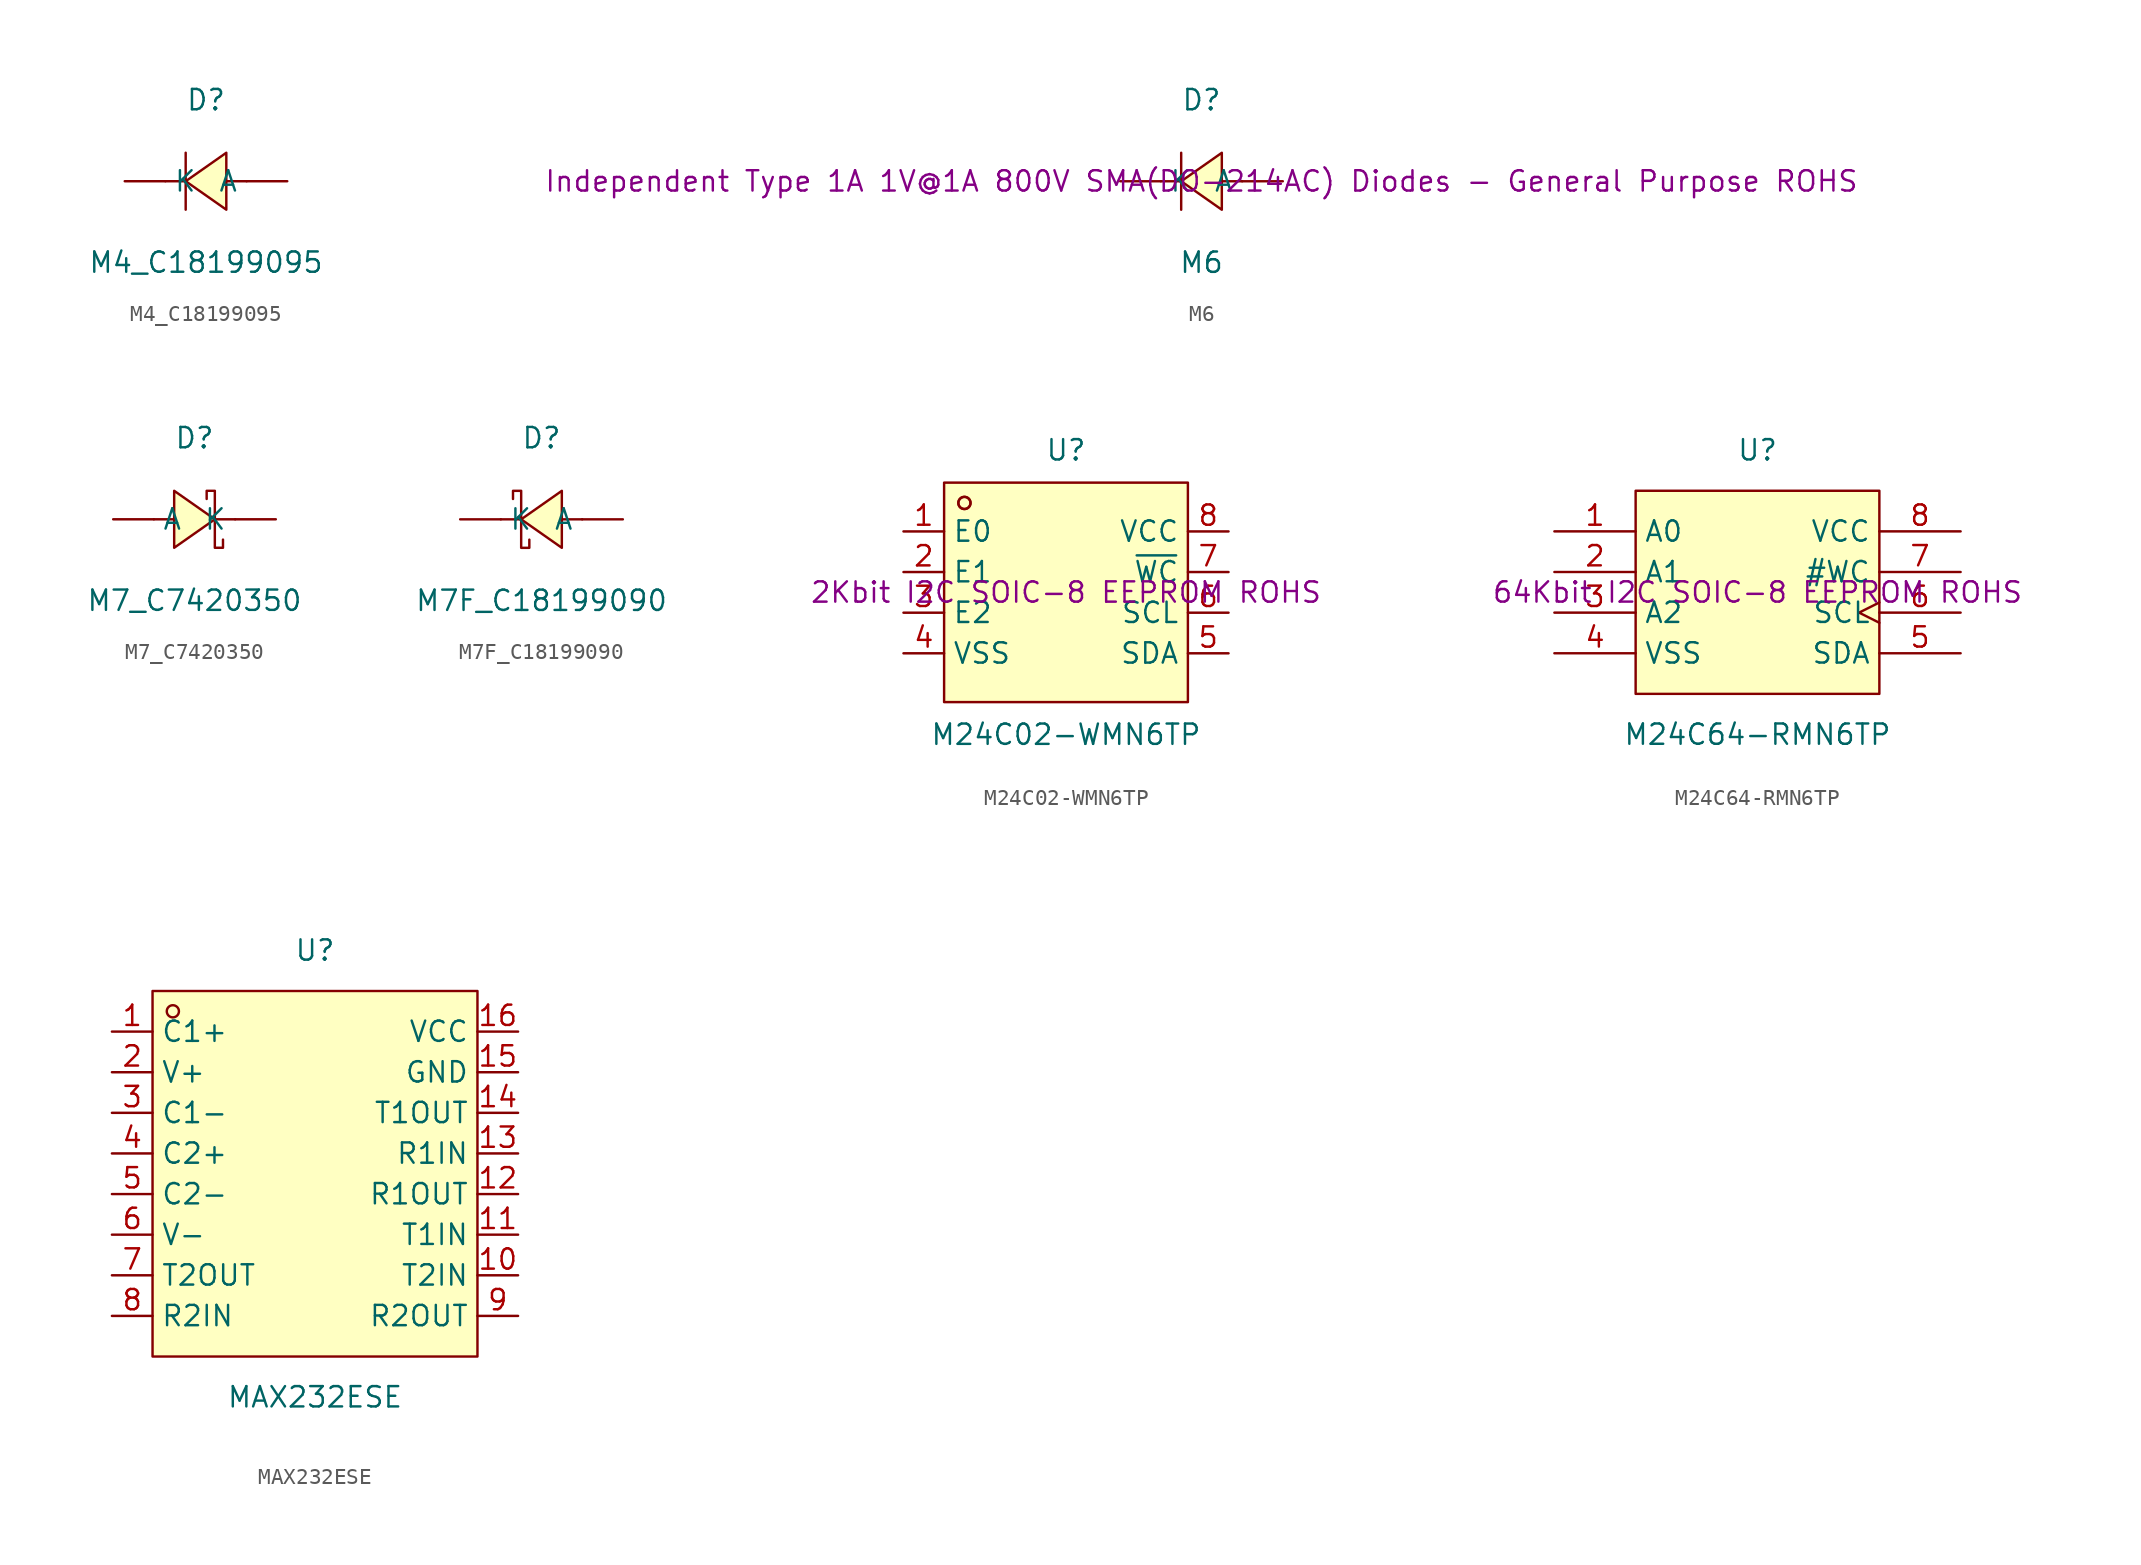
<source format=kicad_sym>
(kicad_symbol_lib
  (version 20241209)
  (generator "kicad_symbol_editor")
  (generator_version "9.0")
  (symbol "M4_C18199095"
    (pin_numbers
      (hide yes))
    (property "Reference" "D"
      (at 0 5.08 0)
      (effects (font (size 1.27 1.27))))
    (property "Value" "M4_C18199095"
      (at 0 -5.08 0)
      (effects (font (size 1.27 1.27))))
    (symbol "M4_C18199095_0_1"
      (polyline (pts (xy -1.27 1.78) (xy -1.27 -1.78)) (stroke (width 0) (type default)) (fill (type none)))
      (polyline (pts (xy -1.27 0) (xy -2.54 0)) (stroke (width 0) (type default)) (fill (type none)))
      (polyline (pts (xy 1.27 1.78) (xy -1.27 0) (xy 1.27 -1.78) (xy 1.27 1.78)) (stroke (width 0) (type default)) (fill (type background)))
      (polyline (pts (xy 2.54 0) (xy 1.27 0)) (stroke (width 0) (type default)) (fill (type none)))
      (pin unspecified line (at -5.08 0 0) (length 2.54) (name "K" (effects (font (size 1.27 1.27)))) (number "1" (effects (font (size 1.27 1.27)))))
      (pin unspecified line (at 5.08 0 180) (length 2.54) (name "A" (effects (font (size 1.27 1.27)))) (number "2" (effects (font (size 1.27 1.27)))))))
  (symbol "M6"
    (pin_numbers
      (hide yes))
    (property "Reference" "D"
      (at 0 5.08 0)
      (effects (font (size 1.27 1.27))))
    (property "Value" "M6"
      (at 0 -5.08 0)
      (effects (font (size 1.27 1.27))))
    (property "Description" "Independent Type 1A 1V@1A 800V SMA(DO-214AC) Diodes - General Purpose ROHS"
      (at 0 0 0)
      (effects (font (size 1.27 1.27))))
    (symbol "M6_0_1"
      (polyline (pts (xy -1.27 1.78) (xy -1.27 -1.78)) (stroke (width 0) (type default)) (fill (type none)))
      (polyline (pts (xy -1.27 0) (xy -2.54 0)) (stroke (width 0) (type default)) (fill (type none)))
      (polyline (pts (xy 1.27 1.78) (xy -1.27 0) (xy 1.27 -1.78) (xy 1.27 1.78)) (stroke (width 0) (type default)) (fill (type background)))
      (polyline (pts (xy 2.54 0) (xy 1.27 0)) (stroke (width 0) (type default)) (fill (type none)))
      (pin unspecified line (at -5.08 0 0) (length 2.54) (name "K" (effects (font (size 1.27 1.27)))) (number "1" (effects (font (size 1.27 1.27)))))
      (pin unspecified line (at 5.08 0 180) (length 2.54) (name "A" (effects (font (size 1.27 1.27)))) (number "2" (effects (font (size 1.27 1.27)))))))
  (symbol "M7_C7420350"
    (pin_numbers
      (hide yes))
    (property "Reference" "D"
      (at 0 5.08 0)
      (effects (font (size 1.27 1.27))))
    (property "Value" "M7_C7420350"
      (at 0 -5.08 0)
      (effects (font (size 1.27 1.27))))
    (symbol "M7_C7420350_0_1"
      (polyline (pts (xy -2.54 0) (xy -1.27 0)) (stroke (width 0) (type default)) (fill (type none)))
      (polyline (pts (xy -1.27 -1.78) (xy 1.27 0) (xy -1.27 1.78) (xy -1.27 -1.78)) (stroke (width 0) (type default)) (fill (type background)))
      (polyline (pts (xy 1.27 0) (xy 2.54 0)) (stroke (width 0) (type default)) (fill (type none)))
      (polyline (pts (xy 1.78 -1.27) (xy 1.78 -1.78) (xy 1.27 -1.78) (xy 1.27 1.78) (xy 0.76 1.78) (xy 0.76 1.27)) (stroke (width 0) (type default)) (fill (type none)))
      (pin unspecified line (at -5.08 0 0) (length 2.54) (name "A" (effects (font (size 1.27 1.27)))) (number "1" (effects (font (size 1.27 1.27)))))
      (pin unspecified line (at 5.08 0 180) (length 2.54) (name "K" (effects (font (size 1.27 1.27)))) (number "2" (effects (font (size 1.27 1.27)))))))
  (symbol "M7F_C18199090"
    (pin_numbers
      (hide yes))
    (property "Reference" "D"
      (at 0 5.08 0)
      (effects (font (size 1.27 1.27))))
    (property "Value" "M7F_C18199090"
      (at 0 -5.08 0)
      (effects (font (size 1.27 1.27))))
    (symbol "M7F_C18199090_0_1"
      (polyline (pts (xy -1.78 1.27) (xy -1.78 1.78) (xy -1.27 1.78) (xy -1.27 -1.78) (xy -0.76 -1.78) (xy -0.76 -1.27)) (stroke (width 0) (type default)) (fill (type none)))
      (polyline (pts (xy -1.27 0) (xy -2.54 0)) (stroke (width 0) (type default)) (fill (type none)))
      (polyline (pts (xy 1.27 1.78) (xy -1.27 0) (xy 1.27 -1.78) (xy 1.27 1.78)) (stroke (width 0) (type default)) (fill (type background)))
      (polyline (pts (xy 2.54 0) (xy 1.27 0)) (stroke (width 0) (type default)) (fill (type none)))
      (pin unspecified line (at -5.08 0 0) (length 2.54) (name "K" (effects (font (size 1.27 1.27)))) (number "1" (effects (font (size 1.27 1.27)))))
      (pin unspecified line (at 5.08 0 180) (length 2.54) (name "A" (effects (font (size 1.27 1.27)))) (number "2" (effects (font (size 1.27 1.27)))))))
  (symbol "M24C02-WMN6TP"
    (property "Reference" "U"
      (at 0 8.89 0)
      (effects (font (size 1.27 1.27))))
    (property "Value" "M24C02-WMN6TP"
      (at 0 -8.89 0)
      (effects (font (size 1.27 1.27))))
    (property "Description" "2Kbit I2C SOIC-8 EEPROM ROHS"
      (at 0 0 0)
      (effects (font (size 1.27 1.27))))
    (symbol "M24C02-WMN6TP_0_1"
      (rectangle (start -7.62 6.86) (end 7.62 -6.86) (stroke (width 0) (type default)) (fill (type background)))
      (circle (center -6.35 5.59) (radius 0.38) (stroke (width 0) (type default)) (fill (type none)))
      (circle (center -6.35 5.59) (radius 0.38) (stroke (width 0) (type default)) (fill (type none)))
      (pin unspecified line (at -10.16 3.81 0) (length 2.54) (name "E0" (effects (font (size 1.27 1.27)))) (number "1" (effects (font (size 1.27 1.27)))))
      (pin unspecified line (at -10.16 1.27 0) (length 2.54) (name "E1" (effects (font (size 1.27 1.27)))) (number "2" (effects (font (size 1.27 1.27)))))
      (pin unspecified line (at -10.16 -1.27 0) (length 2.54) (name "E2" (effects (font (size 1.27 1.27)))) (number "3" (effects (font (size 1.27 1.27)))))
      (pin unspecified line (at -10.16 -3.81 0) (length 2.54) (name "VSS" (effects (font (size 1.27 1.27)))) (number "4" (effects (font (size 1.27 1.27)))))
      (pin unspecified line (at 10.16 3.81 180) (length 2.54) (name "VCC" (effects (font (size 1.27 1.27)))) (number "8" (effects (font (size 1.27 1.27)))))
      (pin unspecified line (at 10.16 1.27 180) (length 2.54) (name "~{WC}" (effects (font (size 1.27 1.27)))) (number "7" (effects (font (size 1.27 1.27)))))
      (pin unspecified line (at 10.16 -1.27 180) (length 2.54) (name "SCL" (effects (font (size 1.27 1.27)))) (number "6" (effects (font (size 1.27 1.27)))))
      (pin unspecified line (at 10.16 -3.81 180) (length 2.54) (name "SDA" (effects (font (size 1.27 1.27)))) (number "5" (effects (font (size 1.27 1.27)))))))
  (symbol "M24C64-RMN6TP"
    (property "Reference" "U"
      (at 0 8.89 0)
      (effects (font (size 1.27 1.27))))
    (property "Value" "M24C64-RMN6TP"
      (at 0 -8.89 0)
      (effects (font (size 1.27 1.27))))
    (property "Description" "64Kbit I2C SOIC-8 EEPROM ROHS"
      (at 0 0 0)
      (effects (font (size 1.27 1.27))))
    (symbol "M24C64-RMN6TP_0_1"
      (rectangle (start -7.62 6.35) (end 7.62 -6.35) (stroke (width 0) (type default)) (fill (type background)))
      (pin unspecified line (at -12.7 3.81 0) (length 5.08) (name "A0" (effects (font (size 1.27 1.27)))) (number "1" (effects (font (size 1.27 1.27)))))
      (pin unspecified line (at -12.7 1.27 0) (length 5.08) (name "A1" (effects (font (size 1.27 1.27)))) (number "2" (effects (font (size 1.27 1.27)))))
      (pin unspecified line (at -12.7 -1.27 0) (length 5.08) (name "A2" (effects (font (size 1.27 1.27)))) (number "3" (effects (font (size 1.27 1.27)))))
      (pin power_in line (at -12.7 -3.81 0) (length 5.08) (name "VSS" (effects (font (size 1.27 1.27)))) (number "4" (effects (font (size 1.27 1.27)))))
      (pin power_in line (at 12.7 3.81 180) (length 5.08) (name "VCC" (effects (font (size 1.27 1.27)))) (number "8" (effects (font (size 1.27 1.27)))))
      (pin unspecified line (at 12.7 1.27 180) (length 5.08) (name "#WC" (effects (font (size 1.27 1.27)))) (number "7" (effects (font (size 1.27 1.27)))))
      (pin unspecified clock (at 12.7 -1.27 180) (length 5.08) (name "SCL" (effects (font (size 1.27 1.27)))) (number "6" (effects (font (size 1.27 1.27)))))
      (pin bidirectional line (at 12.7 -3.81 180) (length 5.08) (name "SDA" (effects (font (size 1.27 1.27)))) (number "5" (effects (font (size 1.27 1.27)))))))
  (symbol "MAX232ESE"
    (property "Reference" "U"
      (at 0 13.97 0)
      (effects (font (size 1.27 1.27))))
    (property "Value" "MAX232ESE"
      (at 0 -13.97 0)
      (effects (font (size 1.27 1.27))))
    (symbol "MAX232ESE_0_1"
      (rectangle (start -10.16 11.43) (end 10.16 -11.43) (stroke (width 0) (type default)) (fill (type background)))
      (circle (center -8.89 10.16) (radius 0.38) (stroke (width 0) (type default)) (fill (type none)))
      (pin unspecified line (at -12.7 8.89 0) (length 2.54) (name "C1+" (effects (font (size 1.27 1.27)))) (number "1" (effects (font (size 1.27 1.27)))))
      (pin unspecified line (at -12.7 6.35 0) (length 2.54) (name "V+" (effects (font (size 1.27 1.27)))) (number "2" (effects (font (size 1.27 1.27)))))
      (pin unspecified line (at -12.7 3.81 0) (length 2.54) (name "C1-" (effects (font (size 1.27 1.27)))) (number "3" (effects (font (size 1.27 1.27)))))
      (pin unspecified line (at -12.7 1.27 0) (length 2.54) (name "C2+" (effects (font (size 1.27 1.27)))) (number "4" (effects (font (size 1.27 1.27)))))
      (pin unspecified line (at -12.7 -1.27 0) (length 2.54) (name "C2-" (effects (font (size 1.27 1.27)))) (number "5" (effects (font (size 1.27 1.27)))))
      (pin unspecified line (at -12.7 -3.81 0) (length 2.54) (name "V-" (effects (font (size 1.27 1.27)))) (number "6" (effects (font (size 1.27 1.27)))))
      (pin unspecified line (at -12.7 -6.35 0) (length 2.54) (name "T2OUT" (effects (font (size 1.27 1.27)))) (number "7" (effects (font (size 1.27 1.27)))))
      (pin unspecified line (at -12.7 -8.89 0) (length 2.54) (name "R2IN" (effects (font (size 1.27 1.27)))) (number "8" (effects (font (size 1.27 1.27)))))
      (pin unspecified line (at 12.7 8.89 180) (length 2.54) (name "VCC" (effects (font (size 1.27 1.27)))) (number "16" (effects (font (size 1.27 1.27)))))
      (pin unspecified line (at 12.7 6.35 180) (length 2.54) (name "GND" (effects (font (size 1.27 1.27)))) (number "15" (effects (font (size 1.27 1.27)))))
      (pin unspecified line (at 12.7 3.81 180) (length 2.54) (name "T1OUT" (effects (font (size 1.27 1.27)))) (number "14" (effects (font (size 1.27 1.27)))))
      (pin unspecified line (at 12.7 1.27 180) (length 2.54) (name "R1IN" (effects (font (size 1.27 1.27)))) (number "13" (effects (font (size 1.27 1.27)))))
      (pin unspecified line (at 12.7 -1.27 180) (length 2.54) (name "R1OUT" (effects (font (size 1.27 1.27)))) (number "12" (effects (font (size 1.27 1.27)))))
      (pin unspecified line (at 12.7 -3.81 180) (length 2.54) (name "T1IN" (effects (font (size 1.27 1.27)))) (number "11" (effects (font (size 1.27 1.27)))))
      (pin unspecified line (at 12.7 -6.35 180) (length 2.54) (name "T2IN" (effects (font (size 1.27 1.27)))) (number "10" (effects (font (size 1.27 1.27)))))
      (pin unspecified line (at 12.7 -8.89 180) (length 2.54) (name "R2OUT" (effects (font (size 1.27 1.27)))) (number "9" (effects (font (size 1.27 1.27))))))))
</source>
